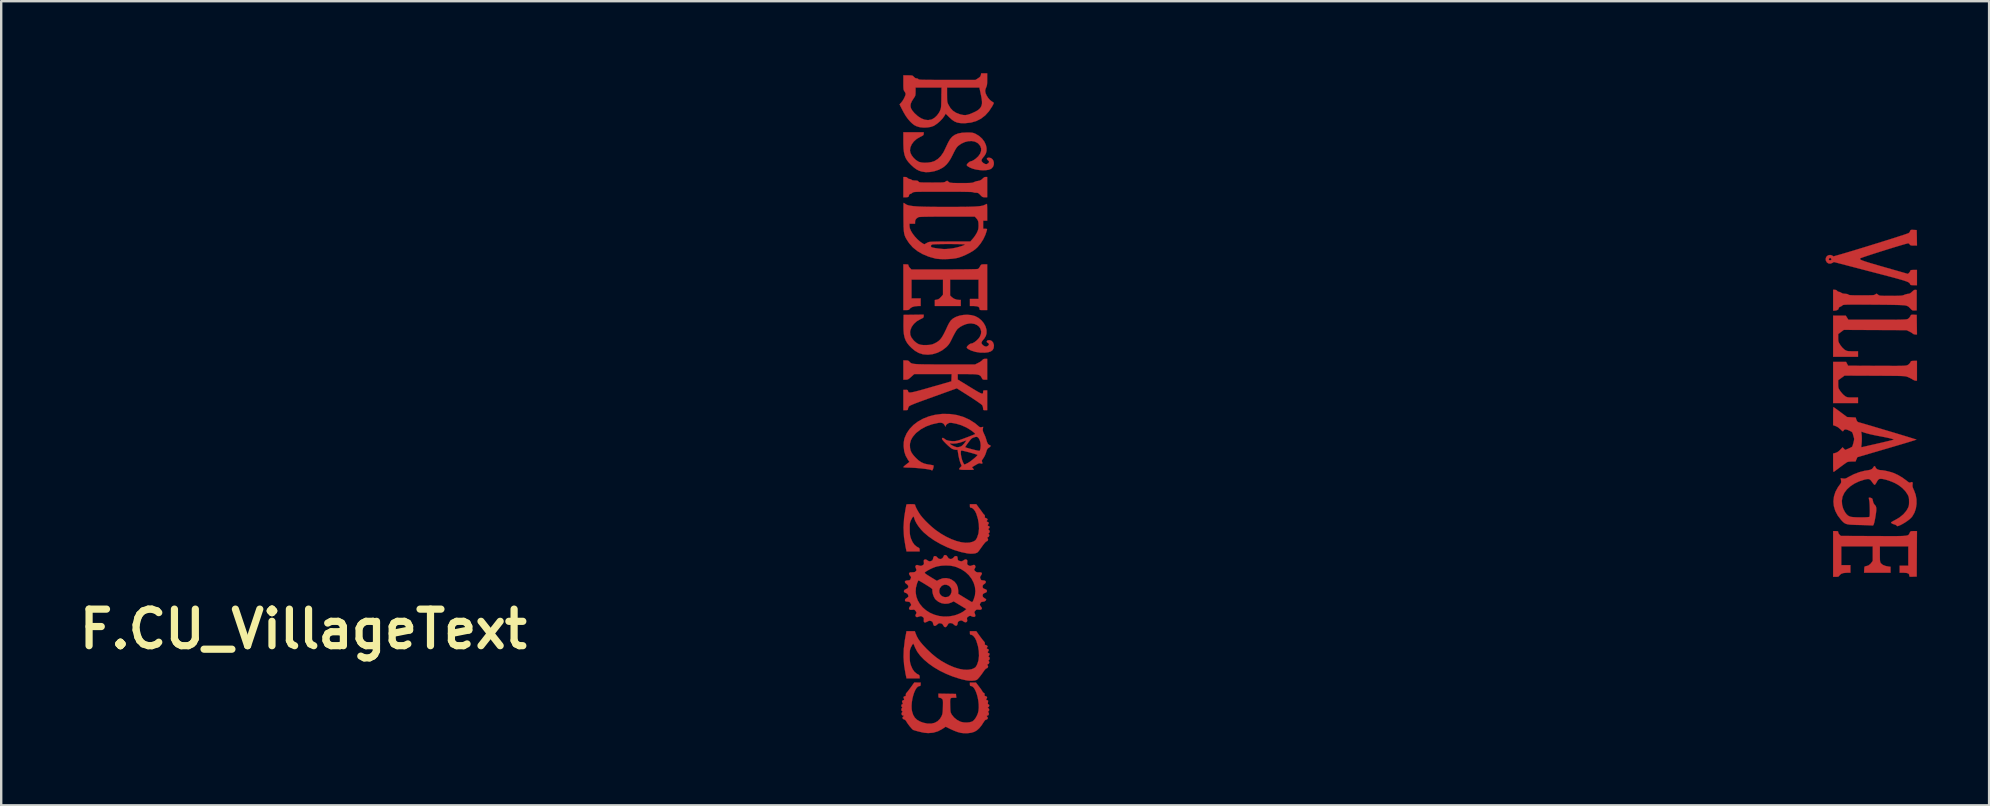
<source format=kicad_pcb>
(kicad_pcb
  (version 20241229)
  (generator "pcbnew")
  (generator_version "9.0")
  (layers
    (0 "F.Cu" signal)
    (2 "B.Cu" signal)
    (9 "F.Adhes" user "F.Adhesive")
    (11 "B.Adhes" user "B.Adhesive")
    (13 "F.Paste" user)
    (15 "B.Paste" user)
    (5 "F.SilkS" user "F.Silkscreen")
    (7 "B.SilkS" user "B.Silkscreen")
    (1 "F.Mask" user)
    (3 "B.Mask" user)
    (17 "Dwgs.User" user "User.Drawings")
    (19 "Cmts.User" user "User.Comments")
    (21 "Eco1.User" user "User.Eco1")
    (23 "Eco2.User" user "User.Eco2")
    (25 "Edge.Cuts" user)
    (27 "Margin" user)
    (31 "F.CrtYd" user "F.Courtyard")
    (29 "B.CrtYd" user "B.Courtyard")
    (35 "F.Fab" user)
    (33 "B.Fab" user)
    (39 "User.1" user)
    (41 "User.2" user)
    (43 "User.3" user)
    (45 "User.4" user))
  (footprint "F.CU_VillageText"
    (layer "F.Cu")
    (at 9.587 23.161)
    (property "Reference" "F.CU_VillageText" (at 0 0 0) (layer "F.SilkS") (effects (font (size 1.524 1.524) (thickness 0.3))))
    (attr through_hole)
    (fp_poly (pts (xy 67.096 -13.098) (xy 67.215 -13.092) (xy 67.22 -12.684) (xy 67.226 -12.277) (xy 67.154 -12.277) (xy 67.093 -12.287) (xy 67.053 -12.312) (xy 67.019 -12.34) (xy 66.96 -12.375) (xy 66.908 -12.402) (xy 66.791 -12.457) (xy 65.484 -12.462) (xy 64.177 -12.468) (xy 64.061 -12.381) (xy 63.944 -12.293) (xy 63.944 -12.133) (xy 63.946 -12.049) (xy 63.954 -11.989) (xy 63.973 -11.936) (xy 64.009 -11.874) (xy 64.034 -11.835) (xy 64.113 -11.732) (xy 64.195 -11.654) (xy 64.218 -11.638) (xy 64.263 -11.611) (xy 64.304 -11.594) (xy 64.352 -11.584) (xy 64.417 -11.579) (xy 64.511 -11.578) (xy 64.541 -11.578) (xy 64.77 -11.578) (xy 64.77 -11.345) (xy 63.733 -11.345) (xy 63.733 -13.06) (xy 64.261 -13.06) (xy 64.368 -12.89) (xy 65.58 -12.891) (xy 65.838 -12.891) (xy 66.056 -12.891) (xy 66.239 -12.891) (xy 66.39 -12.892) (xy 66.513 -12.894) (xy 66.61 -12.896) (xy 66.685 -12.899) (xy 66.742 -12.902) (xy 66.783 -12.907) (xy 66.813 -12.912) (xy 66.834 -12.919) (xy 66.851 -12.927) (xy 66.857 -12.93) (xy 66.91 -12.978) (xy 66.949 -13.036) (xy 66.95 -13.037) (xy 66.968 -13.075) (xy 66.99 -13.094) (xy 67.029 -13.1) (xy 67.096 -13.098)) (stroke (width 0.01) (type solid)) (fill yes) (layer "F.Cu"))
    (fp_poly (pts (xy 67.225 -10.351) (xy 67.173 -10.351) (xy 67.123 -10.362) (xy 67.062 -10.391) (xy 67.045 -10.402) (xy 66.981 -10.44) (xy 66.899 -10.481) (xy 66.848 -10.503) (xy 66.822 -10.513) (xy 66.797 -10.522) (xy 66.769 -10.529) (xy 66.735 -10.535) (xy 66.691 -10.54) (xy 66.633 -10.544) (xy 66.558 -10.547) (xy 66.463 -10.55) (xy 66.345 -10.552) (xy 66.199 -10.553) (xy 66.022 -10.555) (xy 65.811 -10.556) (xy 65.562 -10.557) (xy 65.468 -10.558) (xy 64.209 -10.563) (xy 64.077 -10.467) (xy 63.944 -10.371) (xy 63.944 -10.206) (xy 63.946 -10.121) (xy 63.953 -10.062) (xy 63.97 -10.013) (xy 64.004 -9.957) (xy 64.039 -9.907) (xy 64.099 -9.831) (xy 64.165 -9.761) (xy 64.224 -9.713) (xy 64.224 -9.712) (xy 64.268 -9.685) (xy 64.307 -9.668) (xy 64.353 -9.658) (xy 64.418 -9.653) (xy 64.511 -9.652) (xy 64.542 -9.652) (xy 64.77 -9.652) (xy 64.77 -9.419) (xy 63.733 -9.419) (xy 63.733 -11.134) (xy 64.273 -11.134) (xy 64.315 -11.054) (xy 64.357 -10.975) (xy 65.559 -10.969) (xy 65.815 -10.968) (xy 66.033 -10.968) (xy 66.215 -10.967) (xy 66.365 -10.967) (xy 66.486 -10.968) (xy 66.583 -10.97) (xy 66.658 -10.972) (xy 66.715 -10.976) (xy 66.757 -10.98) (xy 66.789 -10.986) (xy 66.812 -10.992) (xy 66.832 -11) (xy 66.842 -11.005) (xy 66.909 -11.055) (xy 66.95 -11.111) (xy 66.967 -11.148) (xy 66.991 -11.167) (xy 67.031 -11.175) (xy 67.101 -11.176) (xy 67.225 -11.176) (xy 67.225 -10.351)) (stroke (width 0.01) (type solid)) (fill yes) (layer "F.Cu"))
    (fp_poly (pts (xy 25.167 -15.196) (xy 25.199 -15.186) (xy 25.209 -15.165) (xy 25.209 -15.154) (xy 25.224 -15.111) (xy 25.259 -15.061) (xy 25.271 -15.048) (xy 25.333 -14.986) (xy 26.702 -14.986) (xy 27.019 -14.986) (xy 27.297 -14.987) (xy 27.534 -14.989) (xy 27.732 -14.992) (xy 27.889 -14.995) (xy 28.004 -14.998) (xy 28.078 -15.003) (xy 28.11 -15.008) (xy 28.111 -15.008) (xy 28.145 -15.04) (xy 28.183 -15.094) (xy 28.194 -15.114) (xy 28.22 -15.16) (xy 28.245 -15.185) (xy 28.282 -15.196) (xy 28.345 -15.198) (xy 28.364 -15.198) (xy 28.49 -15.198) (xy 28.49 -13.293) (xy 28.332 -13.293) (xy 28.251 -13.293) (xy 28.203 -13.297) (xy 28.181 -13.308) (xy 28.173 -13.327) (xy 28.173 -13.344) (xy 28.158 -13.399) (xy 28.112 -13.436) (xy 28.03 -13.456) (xy 27.925 -13.462) (xy 27.771 -13.462) (xy 27.771 -13.758) (xy 28.131 -13.758) (xy 28.131 -14.563) (xy 26.945 -14.563) (xy 26.945 -13.902) (xy 27.015 -13.832) (xy 27.111 -13.765) (xy 27.23 -13.725) (xy 27.321 -13.716) (xy 27.39 -13.716) (xy 27.39 -13.462) (xy 26.31 -13.462) (xy 26.31 -13.712) (xy 26.395 -13.727) (xy 26.458 -13.746) (xy 26.515 -13.787) (xy 26.564 -13.837) (xy 26.649 -13.934) (xy 26.649 -14.563) (xy 25.337 -14.563) (xy 25.337 -13.78) (xy 25.718 -13.78) (xy 25.718 -13.462) (xy 25.596 -13.461) (xy 25.468 -13.449) (xy 25.362 -13.417) (xy 25.285 -13.368) (xy 25.266 -13.346) (xy 25.237 -13.314) (xy 25.199 -13.298) (xy 25.138 -13.293) (xy 25.112 -13.293) (xy 24.998 -13.293) (xy 24.998 -15.198) (xy 25.104 -15.198) (xy 25.167 -15.196)) (stroke (width 0.01) (type solid)) (fill yes) (layer "F.Cu"))
    (fp_poly (pts (xy 63.902 -4.083) (xy 63.933 -4.074) (xy 63.944 -4.053) (xy 63.944 -4.036) (xy 63.959 -3.988) (xy 63.996 -3.939) (xy 63.999 -3.935) (xy 64.054 -3.884) (xy 65.42 -3.878) (xy 65.701 -3.877) (xy 65.944 -3.876) (xy 66.15 -3.875) (xy 66.323 -3.876) (xy 66.465 -3.877) (xy 66.581 -3.88) (xy 66.674 -3.884) (xy 66.745 -3.89) (xy 66.799 -3.899) (xy 66.838 -3.91) (xy 66.865 -3.923) (xy 66.885 -3.94) (xy 66.898 -3.96) (xy 66.91 -3.983) (xy 66.922 -4.01) (xy 66.923 -4.012) (xy 66.944 -4.052) (xy 66.967 -4.074) (xy 67.004 -4.083) (xy 67.068 -4.085) (xy 67.092 -4.085) (xy 67.226 -4.085) (xy 67.22 -3.138) (xy 67.215 -2.191) (xy 67.061 -2.185) (xy 66.982 -2.182) (xy 66.936 -2.184) (xy 66.915 -2.194) (xy 66.908 -2.213) (xy 66.908 -2.229) (xy 66.897 -2.284) (xy 66.86 -2.321) (xy 66.793 -2.342) (xy 66.69 -2.349) (xy 66.668 -2.349) (xy 66.506 -2.349) (xy 66.506 -2.646) (xy 66.865 -2.646) (xy 66.865 -3.45) (xy 65.68 -3.45) (xy 65.68 -3.125) (xy 65.681 -2.999) (xy 65.682 -2.909) (xy 65.687 -2.845) (xy 65.694 -2.802) (xy 65.705 -2.772) (xy 65.722 -2.747) (xy 65.724 -2.743) (xy 65.802 -2.678) (xy 65.915 -2.633) (xy 66.02 -2.612) (xy 66.125 -2.598) (xy 66.125 -2.349) (xy 65.022 -2.349) (xy 65.028 -2.482) (xy 65.033 -2.554) (xy 65.041 -2.595) (xy 65.058 -2.613) (xy 65.087 -2.62) (xy 65.088 -2.62) (xy 65.194 -2.649) (xy 65.279 -2.71) (xy 65.32 -2.758) (xy 65.384 -2.845) (xy 65.384 -3.45) (xy 64.072 -3.45) (xy 64.072 -2.667) (xy 64.453 -2.667) (xy 64.453 -2.349) (xy 64.299 -2.349) (xy 64.165 -2.338) (xy 64.066 -2.303) (xy 64 -2.244) (xy 63.987 -2.224) (xy 63.966 -2.198) (xy 63.928 -2.184) (xy 63.863 -2.18) (xy 63.849 -2.18) (xy 63.733 -2.18) (xy 63.733 -4.085) (xy 63.839 -4.085) (xy 63.902 -4.083)) (stroke (width 0.01) (type solid)) (fill yes) (layer "F.Cu"))
    (fp_poly (pts (xy 63.869 -14.124) (xy 63.897 -14.097) (xy 63.937 -14.063) (xy 63.971 -14.054) (xy 64.022 -14.041) (xy 64.072 -14.012) (xy 64.138 -13.981) (xy 64.233 -13.97) (xy 64.316 -13.963) (xy 64.364 -13.942) (xy 64.368 -13.938) (xy 64.382 -13.928) (xy 64.409 -13.92) (xy 64.454 -13.915) (xy 64.521 -13.911) (xy 64.616 -13.908) (xy 64.743 -13.907) (xy 64.907 -13.907) (xy 64.918 -13.906) (xy 65.082 -13.907) (xy 65.209 -13.908) (xy 65.304 -13.91) (xy 65.373 -13.913) (xy 65.421 -13.918) (xy 65.454 -13.926) (xy 65.476 -13.935) (xy 65.492 -13.947) (xy 65.527 -13.971) (xy 65.552 -13.973) (xy 65.587 -13.948) (xy 65.602 -13.936) (xy 65.623 -13.92) (xy 65.644 -13.907) (xy 65.672 -13.898) (xy 65.713 -13.892) (xy 65.772 -13.888) (xy 65.856 -13.886) (xy 65.969 -13.885) (xy 66.119 -13.885) (xy 66.135 -13.885) (xy 66.291 -13.886) (xy 66.411 -13.887) (xy 66.502 -13.89) (xy 66.568 -13.894) (xy 66.618 -13.901) (xy 66.657 -13.911) (xy 66.691 -13.924) (xy 66.699 -13.927) (xy 66.772 -13.953) (xy 66.843 -13.968) (xy 66.863 -13.97) (xy 66.917 -13.979) (xy 66.97 -14.011) (xy 67.02 -14.056) (xy 67.081 -14.11) (xy 67.13 -14.134) (xy 67.16 -14.135) (xy 67.215 -14.129) (xy 67.215 -13.282) (xy 67.124 -13.276) (xy 67.071 -13.275) (xy 67.032 -13.285) (xy 66.993 -13.315) (xy 66.944 -13.366) (xy 66.883 -13.427) (xy 66.827 -13.462) (xy 66.756 -13.484) (xy 66.739 -13.488) (xy 66.686 -13.494) (xy 66.592 -13.5) (xy 66.457 -13.505) (xy 66.28 -13.509) (xy 66.064 -13.513) (xy 65.807 -13.516) (xy 65.511 -13.518) (xy 65.389 -13.519) (xy 65.13 -13.521) (xy 64.91 -13.522) (xy 64.725 -13.522) (xy 64.573 -13.522) (xy 64.45 -13.522) (xy 64.353 -13.521) (xy 64.278 -13.518) (xy 64.222 -13.515) (xy 64.182 -13.511) (xy 64.154 -13.506) (xy 64.136 -13.5) (xy 64.124 -13.492) (xy 64.115 -13.484) (xy 64.063 -13.447) (xy 64.019 -13.428) (xy 63.976 -13.404) (xy 63.966 -13.368) (xy 63.946 -13.322) (xy 63.894 -13.289) (xy 63.818 -13.272) (xy 63.795 -13.271) (xy 63.733 -13.271) (xy 63.733 -14.139) (xy 63.802 -14.139) (xy 63.869 -14.124)) (stroke (width 0.01) (type solid)) (fill yes) (layer "F.Cu"))
    (fp_poly (pts (xy 25.138 -18.826) (xy 25.172 -18.796) (xy 25.216 -18.761) (xy 25.254 -18.754) (xy 25.307 -18.742) (xy 25.337 -18.722) (xy 25.379 -18.7) (xy 25.461 -18.69) (xy 25.482 -18.69) (xy 25.556 -18.687) (xy 25.599 -18.675) (xy 25.625 -18.652) (xy 25.628 -18.648) (xy 25.638 -18.635) (xy 25.653 -18.625) (xy 25.678 -18.617) (xy 25.719 -18.612) (xy 25.78 -18.609) (xy 25.867 -18.607) (xy 25.984 -18.606) (xy 26.138 -18.606) (xy 26.18 -18.605) (xy 26.344 -18.606) (xy 26.47 -18.606) (xy 26.565 -18.608) (xy 26.633 -18.611) (xy 26.682 -18.616) (xy 26.715 -18.624) (xy 26.739 -18.634) (xy 26.759 -18.647) (xy 26.764 -18.651) (xy 26.808 -18.677) (xy 26.835 -18.678) (xy 26.836 -18.676) (xy 26.863 -18.65) (xy 26.902 -18.62) (xy 26.925 -18.608) (xy 26.956 -18.599) (xy 27.003 -18.593) (xy 27.069 -18.588) (xy 27.162 -18.586) (xy 27.287 -18.585) (xy 27.411 -18.584) (xy 27.564 -18.585) (xy 27.681 -18.586) (xy 27.768 -18.589) (xy 27.831 -18.593) (xy 27.878 -18.6) (xy 27.913 -18.61) (xy 27.944 -18.624) (xy 27.951 -18.627) (xy 28.017 -18.654) (xy 28.08 -18.668) (xy 28.094 -18.669) (xy 28.184 -18.688) (xy 28.27 -18.738) (xy 28.317 -18.785) (xy 28.374 -18.83) (xy 28.425 -18.838) (xy 28.49 -18.838) (xy 28.49 -17.992) (xy 28.392 -17.992) (xy 28.334 -17.995) (xy 28.291 -18.009) (xy 28.248 -18.043) (xy 28.206 -18.087) (xy 28.152 -18.141) (xy 28.111 -18.169) (xy 28.065 -18.181) (xy 28.019 -18.182) (xy 27.958 -18.186) (xy 27.917 -18.197) (xy 27.908 -18.203) (xy 27.884 -18.208) (xy 27.818 -18.213) (xy 27.712 -18.216) (xy 27.566 -18.219) (xy 27.381 -18.222) (xy 27.158 -18.223) (xy 26.898 -18.224) (xy 26.658 -18.224) (xy 26.398 -18.224) (xy 26.177 -18.224) (xy 25.991 -18.224) (xy 25.838 -18.223) (xy 25.714 -18.221) (xy 25.616 -18.22) (xy 25.541 -18.217) (xy 25.485 -18.214) (xy 25.445 -18.209) (xy 25.417 -18.204) (xy 25.399 -18.198) (xy 25.387 -18.19) (xy 25.382 -18.185) (xy 25.33 -18.149) (xy 25.287 -18.132) (xy 25.243 -18.109) (xy 25.231 -18.068) (xy 25.221 -18.026) (xy 25.186 -18.002) (xy 25.119 -17.992) (xy 25.081 -17.992) (xy 24.998 -17.992) (xy 24.998 -18.838) (xy 25.072 -18.838) (xy 25.138 -18.826)) (stroke (width 0.01) (type solid)) (fill yes) (layer "F.Cu"))
    (fp_poly (pts (xy 28.49 -10.393) (xy 28.395 -10.393) (xy 28.336 -10.395) (xy 28.301 -10.41) (xy 28.274 -10.447) (xy 28.255 -10.484) (xy 28.23 -10.528) (xy 28.198 -10.562) (xy 28.154 -10.587) (xy 28.093 -10.605) (xy 28.01 -10.616) (xy 27.898 -10.623) (xy 27.753 -10.625) (xy 27.643 -10.626) (xy 27.263 -10.626) (xy 27.263 -10.399) (xy 27.765 -10.092) (xy 27.921 -9.997) (xy 28.045 -9.923) (xy 28.14 -9.869) (xy 28.211 -9.834) (xy 28.26 -9.815) (xy 28.292 -9.812) (xy 28.31 -9.823) (xy 28.319 -9.848) (xy 28.321 -9.884) (xy 28.321 -9.887) (xy 28.325 -9.927) (xy 28.343 -9.944) (xy 28.39 -9.948) (xy 28.406 -9.948) (xy 28.49 -9.948) (xy 28.49 -9.123) (xy 28.406 -9.123) (xy 28.351 -9.125) (xy 28.327 -9.139) (xy 28.321 -9.176) (xy 28.321 -9.199) (xy 28.309 -9.269) (xy 28.281 -9.332) (xy 28.28 -9.333) (xy 28.252 -9.359) (xy 28.192 -9.404) (xy 28.107 -9.464) (xy 28.001 -9.537) (xy 27.88 -9.617) (xy 27.747 -9.703) (xy 27.732 -9.712) (xy 27.225 -10.034) (xy 26.24 -9.679) (xy 26.013 -9.597) (xy 25.823 -9.528) (xy 25.666 -9.47) (xy 25.539 -9.423) (xy 25.439 -9.384) (xy 25.363 -9.352) (xy 25.307 -9.327) (xy 25.267 -9.307) (xy 25.242 -9.29) (xy 25.226 -9.275) (xy 25.222 -9.268) (xy 25.197 -9.213) (xy 25.188 -9.167) (xy 25.183 -9.14) (xy 25.158 -9.127) (xy 25.105 -9.123) (xy 25.093 -9.123) (xy 24.998 -9.123) (xy 24.998 -9.97) (xy 25.092 -9.97) (xy 25.151 -9.967) (xy 25.18 -9.954) (xy 25.192 -9.926) (xy 25.192 -9.922) (xy 25.198 -9.897) (xy 25.208 -9.877) (xy 25.228 -9.864) (xy 25.259 -9.858) (xy 25.306 -9.86) (xy 25.373 -9.871) (xy 25.461 -9.89) (xy 25.576 -9.919) (xy 25.721 -9.958) (xy 25.898 -10.008) (xy 26.112 -10.069) (xy 26.152 -10.081) (xy 26.998 -10.324) (xy 27.004 -10.475) (xy 27.011 -10.626) (xy 25.45 -10.626) (xy 25.321 -10.509) (xy 25.254 -10.451) (xy 25.205 -10.416) (xy 25.163 -10.399) (xy 25.116 -10.393) (xy 25.095 -10.393) (xy 24.998 -10.393) (xy 24.998 -11.197) (xy 25.102 -11.197) (xy 25.171 -11.193) (xy 25.216 -11.176) (xy 25.254 -11.139) (xy 25.256 -11.137) (xy 25.276 -11.116) (xy 25.297 -11.097) (xy 25.324 -11.081) (xy 25.36 -11.068) (xy 25.407 -11.057) (xy 25.469 -11.048) (xy 25.549 -11.042) (xy 25.651 -11.036) (xy 25.777 -11.033) (xy 25.931 -11.03) (xy 26.116 -11.029) (xy 26.335 -11.028) (xy 26.591 -11.028) (xy 26.746 -11.028) (xy 27.988 -11.028) (xy 28.122 -11.094) (xy 28.195 -11.134) (xy 28.255 -11.177) (xy 28.289 -11.21) (xy 28.324 -11.246) (xy 28.377 -11.26) (xy 28.406 -11.261) (xy 28.49 -11.261) (xy 28.49 -10.393)) (stroke (width 0.01) (type solid)) (fill yes) (layer "F.Cu"))
    (fp_poly (pts (xy 67.079 -16.633) (xy 67.085 -16.633) (xy 67.215 -16.626) (xy 67.221 -16.304) (xy 67.226 -15.981) (xy 67.089 -15.981) (xy 67.011 -15.983) (xy 66.965 -15.991) (xy 66.939 -16.008) (xy 66.93 -16.022) (xy 66.894 -16.061) (xy 66.867 -16.075) (xy 66.841 -16.071) (xy 66.779 -16.056) (xy 66.686 -16.03) (xy 66.568 -15.996) (xy 66.428 -15.954) (xy 66.272 -15.907) (xy 66.105 -15.856) (xy 65.932 -15.802) (xy 65.756 -15.747) (xy 65.584 -15.692) (xy 65.419 -15.64) (xy 65.267 -15.59) (xy 65.133 -15.546) (xy 65.02 -15.508) (xy 64.935 -15.478) (xy 64.882 -15.457) (xy 64.866 -15.449) (xy 64.854 -15.434) (xy 64.854 -15.419) (xy 64.867 -15.402) (xy 64.898 -15.383) (xy 64.948 -15.361) (xy 65.021 -15.334) (xy 65.12 -15.301) (xy 65.247 -15.261) (xy 65.406 -15.214) (xy 65.599 -15.158) (xy 65.83 -15.091) (xy 65.869 -15.08) (xy 66.85 -14.8) (xy 66.9 -14.85) (xy 66.935 -14.893) (xy 66.95 -14.931) (xy 66.95 -14.932) (xy 66.959 -14.95) (xy 66.989 -14.96) (xy 67.051 -14.965) (xy 67.088 -14.965) (xy 67.225 -14.965) (xy 67.225 -14.33) (xy 67.089 -14.33) (xy 67.013 -14.332) (xy 66.969 -14.339) (xy 66.947 -14.355) (xy 66.941 -14.369) (xy 66.933 -14.389) (xy 66.923 -14.408) (xy 66.907 -14.425) (xy 66.883 -14.443) (xy 66.848 -14.462) (xy 66.799 -14.483) (xy 66.734 -14.506) (xy 66.649 -14.534) (xy 66.543 -14.565) (xy 66.411 -14.602) (xy 66.253 -14.646) (xy 66.064 -14.696) (xy 65.842 -14.754) (xy 65.585 -14.822) (xy 65.299 -14.896) (xy 63.765 -15.296) (xy 63.696 -15.255) (xy 63.613 -15.227) (xy 63.535 -15.237) (xy 63.472 -15.281) (xy 63.431 -15.355) (xy 63.426 -15.379) (xy 63.427 -15.407) (xy 63.55 -15.407) (xy 63.566 -15.377) (xy 63.606 -15.367) (xy 63.647 -15.378) (xy 63.66 -15.39) (xy 63.658 -15.421) (xy 63.64 -15.448) (xy 63.611 -15.471) (xy 63.586 -15.461) (xy 63.572 -15.448) (xy 63.55 -15.407) (xy 63.427 -15.407) (xy 63.429 -15.462) (xy 63.465 -15.529) (xy 63.526 -15.574) (xy 63.603 -15.589) (xy 63.658 -15.579) (xy 63.708 -15.557) (xy 63.736 -15.535) (xy 63.738 -15.532) (xy 63.759 -15.534) (xy 63.816 -15.549) (xy 63.906 -15.574) (xy 64.025 -15.608) (xy 64.17 -15.65) (xy 64.336 -15.699) (xy 64.521 -15.755) (xy 64.719 -15.815) (xy 64.927 -15.878) (xy 65.143 -15.944) (xy 65.361 -16.012) (xy 65.578 -16.079) (xy 65.791 -16.145) (xy 65.995 -16.209) (xy 66.187 -16.27) (xy 66.364 -16.326) (xy 66.52 -16.377) (xy 66.654 -16.42) (xy 66.76 -16.456) (xy 66.836 -16.483) (xy 66.876 -16.499) (xy 66.881 -16.501) (xy 66.923 -16.545) (xy 66.942 -16.585) (xy 66.952 -16.615) (xy 66.971 -16.63) (xy 67.01 -16.635) (xy 67.079 -16.633)) (stroke (width 0.01) (type solid)) (fill yes) (layer "F.Cu"))
    (fp_poly (pts (xy 25.845 -20.638) (xy 25.841 -20.605) (xy 25.826 -20.579) (xy 25.79 -20.553) (xy 25.727 -20.521) (xy 25.691 -20.504) (xy 25.551 -20.422) (xy 25.434 -20.317) (xy 25.345 -20.197) (xy 25.29 -20.067) (xy 25.273 -19.945) (xy 25.292 -19.847) (xy 25.342 -19.743) (xy 25.418 -19.642) (xy 25.511 -19.552) (xy 25.614 -19.484) (xy 25.66 -19.463) (xy 25.764 -19.439) (xy 25.891 -19.43) (xy 26.029 -19.437) (xy 26.163 -19.458) (xy 26.278 -19.493) (xy 26.296 -19.501) (xy 26.435 -19.587) (xy 26.56 -19.709) (xy 26.666 -19.862) (xy 26.703 -19.934) (xy 26.752 -20.036) (xy 26.807 -20.153) (xy 26.858 -20.261) (xy 26.863 -20.271) (xy 26.942 -20.409) (xy 27.034 -20.516) (xy 27.145 -20.595) (xy 27.279 -20.649) (xy 27.442 -20.68) (xy 27.638 -20.69) (xy 27.654 -20.69) (xy 27.762 -20.689) (xy 27.84 -20.685) (xy 27.899 -20.675) (xy 27.953 -20.658) (xy 28.008 -20.634) (xy 28.153 -20.547) (xy 28.277 -20.435) (xy 28.374 -20.306) (xy 28.438 -20.166) (xy 28.463 -20.046) (xy 28.463 -19.923) (xy 28.435 -19.817) (xy 28.375 -19.716) (xy 28.331 -19.663) (xy 28.274 -19.591) (xy 28.252 -19.534) (xy 28.265 -19.485) (xy 28.312 -19.435) (xy 28.331 -19.419) (xy 28.408 -19.376) (xy 28.474 -19.373) (xy 28.533 -19.41) (xy 28.567 -19.453) (xy 28.568 -19.486) (xy 28.533 -19.525) (xy 28.52 -19.535) (xy 28.48 -19.58) (xy 28.48 -19.616) (xy 28.519 -19.638) (xy 28.563 -19.643) (xy 28.646 -19.625) (xy 28.709 -19.578) (xy 28.751 -19.509) (xy 28.769 -19.428) (xy 28.764 -19.343) (xy 28.732 -19.262) (xy 28.672 -19.194) (xy 28.646 -19.175) (xy 28.56 -19.141) (xy 28.444 -19.122) (xy 28.309 -19.117) (xy 28.165 -19.127) (xy 28.02 -19.149) (xy 27.886 -19.184) (xy 27.772 -19.231) (xy 27.765 -19.235) (xy 27.688 -19.279) (xy 27.647 -19.313) (xy 27.638 -19.345) (xy 27.659 -19.381) (xy 27.694 -19.419) (xy 27.756 -19.47) (xy 27.812 -19.494) (xy 27.822 -19.494) (xy 27.865 -19.507) (xy 27.929 -19.542) (xy 28.002 -19.592) (xy 28.007 -19.595) (xy 28.12 -19.699) (xy 28.197 -19.809) (xy 28.236 -19.92) (xy 28.238 -20.028) (xy 28.202 -20.131) (xy 28.126 -20.223) (xy 28.086 -20.256) (xy 27.974 -20.312) (xy 27.843 -20.336) (xy 27.701 -20.329) (xy 27.555 -20.292) (xy 27.413 -20.227) (xy 27.287 -20.138) (xy 27.243 -20.095) (xy 27.2 -20.038) (xy 27.154 -19.96) (xy 27.098 -19.854) (xy 27.064 -19.783) (xy 26.976 -19.612) (xy 26.89 -19.475) (xy 26.803 -19.366) (xy 26.709 -19.278) (xy 26.628 -19.22) (xy 26.47 -19.138) (xy 26.293 -19.079) (xy 26.109 -19.045) (xy 25.93 -19.039) (xy 25.771 -19.062) (xy 25.652 -19.1) (xy 25.543 -19.156) (xy 25.434 -19.236) (xy 25.314 -19.345) (xy 25.304 -19.356) (xy 25.214 -19.452) (xy 25.143 -19.546) (xy 25.088 -19.644) (xy 25.049 -19.752) (xy 25.022 -19.877) (xy 25.006 -20.027) (xy 24.999 -20.207) (xy 24.998 -20.345) (xy 24.998 -20.701) (xy 25.845 -20.701) (xy 25.845 -20.638)) (stroke (width 0.01) (type solid)) (fill yes) (layer "F.Cu"))
    (fp_poly (pts (xy 25.845 -13.039) (xy 25.841 -13.004) (xy 25.824 -12.977) (xy 25.786 -12.951) (xy 25.718 -12.918) (xy 25.709 -12.914) (xy 25.557 -12.827) (xy 25.435 -12.718) (xy 25.344 -12.592) (xy 25.29 -12.453) (xy 25.278 -12.38) (xy 25.286 -12.264) (xy 25.334 -12.149) (xy 25.422 -12.035) (xy 25.474 -11.984) (xy 25.558 -11.916) (xy 25.641 -11.871) (xy 25.735 -11.844) (xy 25.849 -11.834) (xy 25.978 -11.836) (xy 26.082 -11.842) (xy 26.16 -11.854) (xy 26.227 -11.873) (xy 26.3 -11.905) (xy 26.316 -11.913) (xy 26.395 -11.956) (xy 26.463 -12.003) (xy 26.524 -12.059) (xy 26.582 -12.13) (xy 26.64 -12.221) (xy 26.703 -12.338) (xy 26.774 -12.484) (xy 26.837 -12.623) (xy 26.88 -12.709) (xy 26.929 -12.793) (xy 26.97 -12.853) (xy 27.063 -12.939) (xy 27.187 -13.008) (xy 27.333 -13.059) (xy 27.494 -13.089) (xy 27.66 -13.098) (xy 27.824 -13.083) (xy 27.977 -13.044) (xy 27.988 -13.04) (xy 28.125 -12.968) (xy 28.248 -12.867) (xy 28.349 -12.745) (xy 28.422 -12.61) (xy 28.461 -12.47) (xy 28.463 -12.448) (xy 28.463 -12.324) (xy 28.435 -12.219) (xy 28.375 -12.117) (xy 28.331 -12.064) (xy 28.275 -11.993) (xy 28.252 -11.936) (xy 28.264 -11.887) (xy 28.309 -11.835) (xy 28.325 -11.821) (xy 28.4 -11.778) (xy 28.471 -11.774) (xy 28.534 -11.812) (xy 28.534 -11.812) (xy 28.567 -11.86) (xy 28.558 -11.898) (xy 28.515 -11.927) (xy 28.476 -11.96) (xy 28.474 -11.999) (xy 28.507 -12.03) (xy 28.525 -12.036) (xy 28.609 -12.038) (xy 28.682 -12.004) (xy 28.737 -11.94) (xy 28.767 -11.852) (xy 28.771 -11.808) (xy 28.758 -11.706) (xy 28.715 -11.627) (xy 28.639 -11.571) (xy 28.529 -11.535) (xy 28.393 -11.519) (xy 28.19 -11.522) (xy 27.997 -11.552) (xy 27.827 -11.606) (xy 27.799 -11.619) (xy 27.71 -11.664) (xy 27.658 -11.7) (xy 27.639 -11.733) (xy 27.65 -11.77) (xy 27.689 -11.815) (xy 27.694 -11.821) (xy 27.747 -11.865) (xy 27.795 -11.892) (xy 27.814 -11.896) (xy 27.882 -11.912) (xy 27.963 -11.957) (xy 28.047 -12.022) (xy 28.124 -12.099) (xy 28.185 -12.182) (xy 28.185 -12.183) (xy 28.232 -12.297) (xy 28.24 -12.407) (xy 28.213 -12.509) (xy 28.156 -12.598) (xy 28.07 -12.668) (xy 27.961 -12.716) (xy 27.832 -12.737) (xy 27.741 -12.735) (xy 27.615 -12.709) (xy 27.485 -12.659) (xy 27.364 -12.593) (xy 27.267 -12.517) (xy 27.234 -12.482) (xy 27.198 -12.429) (xy 27.15 -12.348) (xy 27.096 -12.249) (xy 27.042 -12.143) (xy 27.035 -12.127) (xy 26.979 -12.014) (xy 26.933 -11.929) (xy 26.89 -11.864) (xy 26.845 -11.809) (xy 26.79 -11.753) (xy 26.773 -11.738) (xy 26.608 -11.612) (xy 26.423 -11.518) (xy 26.225 -11.458) (xy 26.022 -11.434) (xy 25.822 -11.45) (xy 25.806 -11.453) (xy 25.642 -11.505) (xy 25.481 -11.598) (xy 25.345 -11.711) (xy 25.24 -11.817) (xy 25.158 -11.92) (xy 25.096 -12.027) (xy 25.051 -12.144) (xy 25.022 -12.279) (xy 25.007 -12.438) (xy 25.002 -12.628) (xy 25.003 -12.738) (xy 25.008 -13.092) (xy 25.845 -13.103) (xy 25.845 -13.039)) (stroke (width 0.01) (type solid)) (fill yes) (layer "F.Cu"))
    (fp_poly (pts (xy 25.511 0.185) (xy 25.559 0.3) (xy 25.62 0.411) (xy 25.701 0.526) (xy 25.805 0.651) (xy 25.937 0.791) (xy 25.982 0.837) (xy 26.181 1.025) (xy 26.373 1.183) (xy 26.569 1.319) (xy 26.782 1.44) (xy 26.905 1.502) (xy 27.121 1.593) (xy 27.328 1.656) (xy 27.519 1.69) (xy 27.691 1.694) (xy 27.841 1.669) (xy 27.909 1.643) (xy 27.969 1.612) (xy 28.01 1.578) (xy 28.043 1.528) (xy 28.077 1.459) (xy 28.128 1.299) (xy 28.149 1.115) (xy 28.142 0.915) (xy 28.106 0.705) (xy 28.042 0.493) (xy 28.041 0.49) (xy 27.996 0.393) (xy 27.941 0.313) (xy 27.882 0.257) (xy 27.827 0.233) (xy 27.821 0.233) (xy 27.787 0.227) (xy 27.773 0.201) (xy 27.771 0.159) (xy 27.771 0.085) (xy 28.035 0.086) (xy 28.173 0.278) (xy 28.234 0.36) (xy 28.29 0.434) (xy 28.335 0.489) (xy 28.358 0.513) (xy 28.392 0.563) (xy 28.392 0.607) (xy 28.391 0.646) (xy 28.41 0.656) (xy 28.45 0.668) (xy 28.481 0.686) (xy 28.508 0.714) (xy 28.5 0.739) (xy 28.496 0.744) (xy 28.471 0.785) (xy 28.48 0.816) (xy 28.512 0.826) (xy 28.544 0.842) (xy 28.555 0.878) (xy 28.542 0.913) (xy 28.533 0.921) (xy 28.513 0.95) (xy 28.518 0.981) (xy 28.544 0.995) (xy 28.579 1.01) (xy 28.589 1.048) (xy 28.571 1.093) (xy 28.564 1.101) (xy 28.54 1.132) (xy 28.545 1.148) (xy 28.562 1.155) (xy 28.589 1.185) (xy 28.594 1.231) (xy 28.576 1.276) (xy 28.559 1.291) (xy 28.537 1.313) (xy 28.549 1.326) (xy 28.572 1.355) (xy 28.574 1.399) (xy 28.556 1.439) (xy 28.533 1.454) (xy 28.495 1.473) (xy 28.499 1.5) (xy 28.514 1.518) (xy 28.528 1.556) (xy 28.515 1.599) (xy 28.484 1.627) (xy 28.469 1.63) (xy 28.434 1.648) (xy 28.388 1.696) (xy 28.363 1.73) (xy 28.274 1.858) (xy 28.194 1.965) (xy 28.124 2.048) (xy 28.07 2.101) (xy 28.046 2.117) (xy 27.968 2.139) (xy 27.862 2.149) (xy 27.742 2.147) (xy 27.654 2.137) (xy 27.573 2.121) (xy 27.471 2.098) (xy 27.365 2.071) (xy 27.337 2.063) (xy 27.049 1.97) (xy 26.774 1.858) (xy 26.513 1.73) (xy 26.272 1.588) (xy 26.054 1.434) (xy 25.863 1.273) (xy 25.701 1.106) (xy 25.574 0.935) (xy 25.485 0.765) (xy 25.473 0.733) (xy 25.446 0.667) (xy 25.423 0.62) (xy 25.408 0.603) (xy 25.39 0.621) (xy 25.36 0.667) (xy 25.326 0.73) (xy 25.299 0.787) (xy 25.281 0.836) (xy 25.27 0.888) (xy 25.264 0.954) (xy 25.263 1.044) (xy 25.262 1.111) (xy 25.264 1.232) (xy 25.269 1.323) (xy 25.28 1.398) (xy 25.299 1.468) (xy 25.312 1.509) (xy 25.378 1.66) (xy 25.46 1.777) (xy 25.556 1.857) (xy 25.585 1.873) (xy 25.641 1.903) (xy 25.668 1.932) (xy 25.675 1.973) (xy 25.675 1.984) (xy 25.675 2.053) (xy 25.131 2.053) (xy 25.085 1.84) (xy 25.029 1.5) (xy 25.006 1.161) (xy 25.017 0.815) (xy 25.061 0.454) (xy 25.084 0.323) (xy 25.13 0.085) (xy 25.475 0.085) (xy 25.511 0.185)) (stroke (width 0.01) (type solid)) (fill yes) (layer "F.Cu"))
    (fp_poly (pts (xy 63.767 -9.238) (xy 63.816 -9.204) (xy 63.886 -9.154) (xy 63.972 -9.091) (xy 64.036 -9.043) (xy 64.312 -8.837) (xy 64.492 -8.826) (xy 64.671 -8.816) (xy 64.701 -8.727) (xy 64.728 -8.665) (xy 64.763 -8.632) (xy 64.798 -8.618) (xy 64.885 -8.594) (xy 65 -8.561) (xy 65.139 -8.52) (xy 65.298 -8.474) (xy 65.471 -8.422) (xy 65.656 -8.367) (xy 65.847 -8.31) (xy 66.042 -8.252) (xy 66.234 -8.195) (xy 66.42 -8.139) (xy 66.597 -8.085) (xy 66.759 -8.036) (xy 66.902 -7.992) (xy 67.022 -7.955) (xy 67.115 -7.926) (xy 67.177 -7.907) (xy 67.203 -7.897) (xy 67.204 -7.897) (xy 67.184 -7.889) (xy 67.127 -7.87) (xy 67.037 -7.842) (xy 66.916 -7.805) (xy 66.769 -7.76) (xy 66.598 -7.709) (xy 66.408 -7.653) (xy 66.202 -7.592) (xy 65.982 -7.527) (xy 65.974 -7.525) (xy 64.743 -7.165) (xy 64.704 -7.075) (xy 64.666 -6.985) (xy 64.515 -6.985) (xy 64.433 -6.982) (xy 64.362 -6.973) (xy 64.319 -6.96) (xy 64.286 -6.939) (xy 64.226 -6.897) (xy 64.148 -6.841) (xy 64.059 -6.775) (xy 64.029 -6.753) (xy 63.94 -6.686) (xy 63.862 -6.628) (xy 63.801 -6.583) (xy 63.765 -6.558) (xy 63.759 -6.554) (xy 63.75 -6.557) (xy 63.742 -6.581) (xy 63.738 -6.632) (xy 63.735 -6.714) (xy 63.733 -6.83) (xy 63.733 -6.926) (xy 63.733 -7.315) (xy 63.83 -7.341) (xy 63.91 -7.374) (xy 63.989 -7.434) (xy 64.027 -7.471) (xy 64.127 -7.576) (xy 64.237 -7.466) (xy 64.378 -7.525) (xy 64.448 -7.557) (xy 64.502 -7.584) (xy 64.528 -7.602) (xy 64.529 -7.603) (xy 64.534 -7.615) (xy 64.905 -7.615) (xy 64.907 -7.586) (xy 64.923 -7.58) (xy 64.945 -7.584) (xy 64.977 -7.592) (xy 65.045 -7.607) (xy 65.143 -7.63) (xy 65.265 -7.658) (xy 65.407 -7.69) (xy 65.562 -7.725) (xy 65.617 -7.738) (xy 65.774 -7.774) (xy 65.917 -7.808) (xy 66.042 -7.838) (xy 66.144 -7.863) (xy 66.216 -7.882) (xy 66.254 -7.894) (xy 66.259 -7.896) (xy 66.248 -7.908) (xy 66.199 -7.925) (xy 66.115 -7.948) (xy 65.998 -7.975) (xy 65.854 -8.005) (xy 65.684 -8.038) (xy 65.599 -8.053) (xy 65.448 -8.083) (xy 65.298 -8.116) (xy 65.158 -8.151) (xy 65.04 -8.185) (xy 64.951 -8.216) (xy 64.935 -8.222) (xy 64.913 -8.227) (xy 64.907 -8.209) (xy 64.913 -8.159) (xy 64.914 -8.156) (xy 64.924 -8.067) (xy 64.928 -7.952) (xy 64.926 -7.83) (xy 64.918 -7.718) (xy 64.913 -7.676) (xy 64.905 -7.615) (xy 64.534 -7.615) (xy 64.54 -7.631) (xy 64.558 -7.688) (xy 64.579 -7.762) (xy 64.58 -7.767) (xy 64.603 -7.862) (xy 64.609 -7.93) (xy 64.601 -7.973) (xy 64.583 -8.032) (xy 64.563 -8.106) (xy 64.558 -8.124) (xy 64.543 -8.173) (xy 64.521 -8.207) (xy 64.484 -8.235) (xy 64.419 -8.267) (xy 64.397 -8.277) (xy 64.306 -8.313) (xy 64.242 -8.323) (xy 64.197 -8.308) (xy 64.162 -8.266) (xy 64.159 -8.26) (xy 64.144 -8.244) (xy 64.124 -8.247) (xy 64.09 -8.275) (xy 64.043 -8.322) (xy 63.934 -8.413) (xy 63.84 -8.46) (xy 63.733 -8.498) (xy 63.733 -8.874) (xy 63.734 -8.995) (xy 63.736 -9.099) (xy 63.739 -9.181) (xy 63.743 -9.234) (xy 63.746 -9.25) (xy 63.767 -9.238)) (stroke (width 0.01) (type solid)) (fill yes) (layer "F.Cu"))
    (fp_poly (pts (xy 27.903 -5.206) (xy 28.035 -5.206) (xy 28.162 -5.035) (xy 28.219 -4.959) (xy 28.267 -4.893) (xy 28.3 -4.845) (xy 28.31 -4.83) (xy 28.345 -4.787) (xy 28.369 -4.767) (xy 28.396 -4.725) (xy 28.393 -4.687) (xy 28.39 -4.646) (xy 28.41 -4.636) (xy 28.45 -4.624) (xy 28.481 -4.605) (xy 28.508 -4.577) (xy 28.5 -4.552) (xy 28.496 -4.548) (xy 28.471 -4.507) (xy 28.48 -4.476) (xy 28.512 -4.466) (xy 28.544 -4.45) (xy 28.555 -4.414) (xy 28.542 -4.379) (xy 28.533 -4.371) (xy 28.513 -4.342) (xy 28.518 -4.31) (xy 28.544 -4.297) (xy 28.58 -4.281) (xy 28.591 -4.246) (xy 28.574 -4.207) (xy 28.563 -4.197) (xy 28.535 -4.173) (xy 28.541 -4.154) (xy 28.559 -4.14) (xy 28.59 -4.098) (xy 28.596 -4.068) (xy 28.58 -4.021) (xy 28.559 -4) (xy 28.537 -3.979) (xy 28.549 -3.966) (xy 28.572 -3.937) (xy 28.574 -3.893) (xy 28.556 -3.853) (xy 28.533 -3.837) (xy 28.495 -3.819) (xy 28.499 -3.792) (xy 28.514 -3.774) (xy 28.527 -3.736) (xy 28.515 -3.693) (xy 28.485 -3.665) (xy 28.47 -3.662) (xy 28.438 -3.644) (xy 28.388 -3.592) (xy 28.322 -3.509) (xy 28.291 -3.466) (xy 28.22 -3.367) (xy 28.169 -3.296) (xy 28.133 -3.248) (xy 28.107 -3.218) (xy 28.088 -3.2) (xy 28.07 -3.188) (xy 28.055 -3.18) (xy 27.985 -3.157) (xy 27.888 -3.146) (xy 27.777 -3.145) (xy 27.675 -3.155) (xy 27.398 -3.213) (xy 27.111 -3.3) (xy 26.824 -3.413) (xy 26.544 -3.548) (xy 26.281 -3.7) (xy 26.043 -3.866) (xy 25.849 -4.03) (xy 25.738 -4.146) (xy 25.637 -4.271) (xy 25.553 -4.397) (xy 25.49 -4.514) (xy 25.461 -4.596) (xy 25.442 -4.654) (xy 25.422 -4.688) (xy 25.412 -4.693) (xy 25.391 -4.672) (xy 25.36 -4.624) (xy 25.326 -4.561) (xy 25.299 -4.504) (xy 25.281 -4.456) (xy 25.27 -4.404) (xy 25.264 -4.339) (xy 25.263 -4.248) (xy 25.262 -4.18) (xy 25.264 -4.06) (xy 25.269 -3.968) (xy 25.28 -3.894) (xy 25.299 -3.823) (xy 25.312 -3.782) (xy 25.378 -3.631) (xy 25.46 -3.514) (xy 25.556 -3.435) (xy 25.585 -3.419) (xy 25.641 -3.389) (xy 25.668 -3.36) (xy 25.675 -3.318) (xy 25.675 -3.308) (xy 25.675 -3.239) (xy 25.131 -3.239) (xy 25.086 -3.45) (xy 25.025 -3.835) (xy 25.006 -4.225) (xy 25.028 -4.619) (xy 25.083 -4.968) (xy 25.1 -5.057) (xy 25.114 -5.131) (xy 25.123 -5.178) (xy 25.125 -5.191) (xy 25.144 -5.198) (xy 25.197 -5.204) (xy 25.272 -5.207) (xy 25.305 -5.207) (xy 25.4 -5.205) (xy 25.458 -5.198) (xy 25.483 -5.186) (xy 25.485 -5.181) (xy 25.496 -5.137) (xy 25.525 -5.067) (xy 25.568 -4.982) (xy 25.62 -4.891) (xy 25.675 -4.803) (xy 25.717 -4.743) (xy 25.805 -4.635) (xy 25.917 -4.513) (xy 26.045 -4.387) (xy 26.178 -4.265) (xy 26.306 -4.159) (xy 26.352 -4.123) (xy 26.568 -3.975) (xy 26.786 -3.849) (xy 27.001 -3.748) (xy 27.208 -3.671) (xy 27.405 -3.621) (xy 27.587 -3.598) (xy 27.75 -3.604) (xy 27.889 -3.64) (xy 27.909 -3.649) (xy 27.969 -3.68) (xy 28.01 -3.714) (xy 28.043 -3.763) (xy 28.077 -3.833) (xy 28.128 -3.993) (xy 28.149 -4.177) (xy 28.142 -4.377) (xy 28.106 -4.587) (xy 28.042 -4.799) (xy 28.041 -4.801) (xy 27.996 -4.899) (xy 27.941 -4.979) (xy 27.882 -5.035) (xy 27.827 -5.059) (xy 27.821 -5.059) (xy 27.787 -5.065) (xy 27.773 -5.091) (xy 27.771 -5.133) (xy 27.771 -5.207) (xy 27.903 -5.206)) (stroke (width 0.01) (type solid)) (fill yes) (layer "F.Cu"))
    (fp_poly (pts (xy 28.49 -22.907) (xy 28.489 -22.792) (xy 28.485 -22.71) (xy 28.476 -22.65) (xy 28.461 -22.603) (xy 28.448 -22.574) (xy 28.421 -22.504) (xy 28.406 -22.435) (xy 28.406 -22.421) (xy 28.422 -22.332) (xy 28.466 -22.232) (xy 28.529 -22.133) (xy 28.604 -22.046) (xy 28.683 -21.985) (xy 28.69 -21.981) (xy 28.737 -21.951) (xy 28.764 -21.926) (xy 28.765 -21.92) (xy 28.756 -21.893) (xy 28.73 -21.84) (xy 28.699 -21.782) (xy 28.561 -21.572) (xy 28.405 -21.4) (xy 28.229 -21.265) (xy 28.033 -21.167) (xy 27.816 -21.105) (xy 27.576 -21.079) (xy 27.517 -21.077) (xy 27.362 -21.084) (xy 27.236 -21.107) (xy 27.126 -21.153) (xy 27.021 -21.225) (xy 26.913 -21.324) (xy 26.762 -21.475) (xy 26.7 -21.371) (xy 26.627 -21.271) (xy 26.528 -21.167) (xy 26.417 -21.069) (xy 26.306 -20.992) (xy 26.258 -20.965) (xy 26.144 -20.925) (xy 26.005 -20.902) (xy 25.856 -20.895) (xy 25.714 -20.907) (xy 25.635 -20.924) (xy 25.531 -20.959) (xy 25.443 -21.006) (xy 25.359 -21.073) (xy 25.278 -21.153) (xy 25.183 -21.263) (xy 25.095 -21.386) (xy 25.008 -21.533) (xy 24.931 -21.681) (xy 24.875 -21.795) (xy 25.293 -21.795) (xy 25.314 -21.703) (xy 25.37 -21.606) (xy 25.46 -21.499) (xy 25.6 -21.371) (xy 25.743 -21.279) (xy 25.886 -21.224) (xy 26.026 -21.207) (xy 26.16 -21.229) (xy 26.193 -21.242) (xy 26.3 -21.306) (xy 26.4 -21.401) (xy 26.484 -21.518) (xy 26.514 -21.574) (xy 26.534 -21.62) (xy 26.55 -21.661) (xy 26.561 -21.704) (xy 26.569 -21.756) (xy 26.574 -21.824) (xy 26.577 -21.915) (xy 26.58 -22.037) (xy 26.581 -22.135) (xy 26.588 -22.564) (xy 26.818 -22.564) (xy 26.818 -22.266) (xy 26.819 -22.145) (xy 26.821 -22.057) (xy 26.827 -21.992) (xy 26.837 -21.943) (xy 26.853 -21.898) (xy 26.87 -21.859) (xy 26.956 -21.712) (xy 27.062 -21.598) (xy 27.193 -21.512) (xy 27.355 -21.45) (xy 27.385 -21.441) (xy 27.488 -21.42) (xy 27.58 -21.415) (xy 27.672 -21.429) (xy 27.779 -21.463) (xy 27.866 -21.499) (xy 27.998 -21.56) (xy 28.095 -21.615) (xy 28.165 -21.671) (xy 28.215 -21.732) (xy 28.238 -21.774) (xy 28.261 -21.831) (xy 28.273 -21.892) (xy 28.274 -21.967) (xy 28.266 -22.061) (xy 28.246 -22.181) (xy 28.215 -22.335) (xy 28.214 -22.338) (xy 28.166 -22.564) (xy 26.818 -22.564) (xy 26.588 -22.564) (xy 25.506 -22.564) (xy 25.506 -22.394) (xy 25.504 -22.307) (xy 25.498 -22.247) (xy 25.482 -22.2) (xy 25.453 -22.152) (xy 25.434 -22.125) (xy 25.353 -21.999) (xy 25.306 -21.892) (xy 25.293 -21.795) (xy 24.875 -21.795) (xy 24.841 -21.864) (xy 24.906 -21.934) (xy 24.964 -22.008) (xy 25.021 -22.103) (xy 25.067 -22.202) (xy 25.09 -22.269) (xy 25.089 -22.325) (xy 25.056 -22.387) (xy 25.05 -22.395) (xy 25.03 -22.425) (xy 25.015 -22.456) (xy 25.006 -22.494) (xy 25.001 -22.549) (xy 24.998 -22.629) (xy 24.998 -22.741) (xy 24.998 -22.769) (xy 24.998 -23.072) (xy 25.19 -23.072) (xy 25.281 -23.071) (xy 25.341 -23.067) (xy 25.379 -23.058) (xy 25.406 -23.04) (xy 25.433 -23.011) (xy 25.435 -23.008) (xy 25.494 -22.958) (xy 25.551 -22.945) (xy 25.601 -22.935) (xy 25.625 -22.913) (xy 25.632 -22.906) (xy 25.649 -22.9) (xy 25.679 -22.895) (xy 25.725 -22.891) (xy 25.791 -22.888) (xy 25.88 -22.886) (xy 25.994 -22.884) (xy 26.138 -22.883) (xy 26.314 -22.882) (xy 26.526 -22.881) (xy 26.776 -22.881) (xy 26.819 -22.881) (xy 28.001 -22.881) (xy 28.108 -22.948) (xy 28.174 -22.994) (xy 28.21 -23.036) (xy 28.228 -23.084) (xy 28.228 -23.085) (xy 28.241 -23.156) (xy 28.49 -23.156) (xy 28.49 -22.907)) (stroke (width 0.01) (type solid)) (fill yes) (layer "F.Cu"))
    (fp_poly (pts (xy 25.034 -17.747) (xy 25.074 -17.718) (xy 25.077 -17.717) (xy 25.115 -17.692) (xy 25.164 -17.671) (xy 25.227 -17.652) (xy 25.307 -17.637) (xy 25.407 -17.624) (xy 25.529 -17.614) (xy 25.677 -17.605) (xy 25.853 -17.599) (xy 26.06 -17.595) (xy 26.302 -17.592) (xy 26.581 -17.59) (xy 26.85 -17.59) (xy 27.136 -17.59) (xy 27.383 -17.592) (xy 27.595 -17.594) (xy 27.773 -17.598) (xy 27.923 -17.603) (xy 28.046 -17.61) (xy 28.146 -17.618) (xy 28.227 -17.629) (xy 28.292 -17.641) (xy 28.343 -17.656) (xy 28.384 -17.674) (xy 28.385 -17.675) (xy 28.438 -17.7) (xy 28.473 -17.715) (xy 28.479 -17.716) (xy 28.483 -17.696) (xy 28.486 -17.641) (xy 28.488 -17.557) (xy 28.49 -17.452) (xy 28.49 -17.367) (xy 28.49 -17.018) (xy 28.321 -17.018) (xy 28.321 -16.679) (xy 28.406 -16.679) (xy 28.46 -16.677) (xy 28.482 -16.666) (xy 28.481 -16.637) (xy 28.477 -16.621) (xy 28.417 -16.433) (xy 28.328 -16.245) (xy 28.216 -16.069) (xy 28.089 -15.915) (xy 27.993 -15.827) (xy 27.882 -15.748) (xy 27.744 -15.668) (xy 27.59 -15.591) (xy 27.434 -15.525) (xy 27.289 -15.475) (xy 27.273 -15.471) (xy 27.156 -15.447) (xy 27.011 -15.429) (xy 26.85 -15.418) (xy 26.686 -15.414) (xy 26.532 -15.418) (xy 26.399 -15.43) (xy 26.331 -15.441) (xy 26.056 -15.518) (xy 25.808 -15.621) (xy 25.59 -15.747) (xy 25.403 -15.895) (xy 25.351 -15.952) (xy 26.142 -15.952) (xy 26.165 -15.917) (xy 26.188 -15.905) (xy 26.256 -15.888) (xy 26.353 -15.871) (xy 26.464 -15.856) (xy 26.576 -15.843) (xy 26.676 -15.836) (xy 26.712 -15.835) (xy 26.798 -15.838) (xy 26.906 -15.847) (xy 27.017 -15.86) (xy 27.05 -15.865) (xy 27.16 -15.886) (xy 27.272 -15.913) (xy 27.379 -15.944) (xy 27.471 -15.975) (xy 27.538 -16.003) (xy 27.566 -16.022) (xy 27.553 -16.028) (xy 27.502 -16.033) (xy 27.421 -16.037) (xy 27.316 -16.041) (xy 27.191 -16.043) (xy 27.054 -16.044) (xy 26.91 -16.045) (xy 26.764 -16.045) (xy 26.623 -16.043) (xy 26.492 -16.041) (xy 26.378 -16.038) (xy 26.286 -16.034) (xy 26.223 -16.029) (xy 26.195 -16.024) (xy 26.152 -15.992) (xy 26.142 -15.952) (xy 25.351 -15.952) (xy 25.251 -16.064) (xy 25.214 -16.116) (xy 25.159 -16.199) (xy 25.115 -16.271) (xy 25.08 -16.337) (xy 25.054 -16.404) (xy 25.034 -16.478) (xy 25.021 -16.564) (xy 25.013 -16.668) (xy 25.007 -16.798) (xy 25.006 -16.891) (xy 25.252 -16.891) (xy 25.252 -16.792) (xy 25.269 -16.697) (xy 25.316 -16.587) (xy 25.389 -16.469) (xy 25.481 -16.35) (xy 25.588 -16.237) (xy 25.703 -16.137) (xy 25.768 -16.092) (xy 25.827 -16.055) (xy 25.863 -16.038) (xy 25.89 -16.041) (xy 25.921 -16.059) (xy 25.927 -16.063) (xy 25.988 -16.097) (xy 26.054 -16.126) (xy 26.094 -16.133) (xy 26.17 -16.139) (xy 26.282 -16.143) (xy 26.432 -16.147) (xy 26.621 -16.149) (xy 26.85 -16.15) (xy 26.957 -16.15) (xy 27.788 -16.15) (xy 27.893 -16.268) (xy 27.959 -16.351) (xy 28.023 -16.448) (xy 28.064 -16.521) (xy 28.101 -16.604) (xy 28.121 -16.674) (xy 28.129 -16.753) (xy 28.131 -16.818) (xy 28.127 -16.921) (xy 28.114 -16.997) (xy 28.086 -17.057) (xy 28.04 -17.117) (xy 28.029 -17.129) (xy 27.974 -17.187) (xy 26.823 -17.187) (xy 26.542 -17.187) (xy 26.302 -17.186) (xy 26.1 -17.184) (xy 25.937 -17.182) (xy 25.809 -17.179) (xy 25.716 -17.174) (xy 25.656 -17.17) (xy 25.627 -17.164) (xy 25.626 -17.164) (xy 25.542 -17.107) (xy 25.496 -17.04) (xy 25.485 -16.972) (xy 25.485 -16.891) (xy 25.252 -16.891) (xy 25.006 -16.891) (xy 25.004 -16.957) (xy 25.002 -17.14) (xy 25.001 -17.297) (xy 25.001 -17.439) (xy 25.002 -17.561) (xy 25.003 -17.659) (xy 25.005 -17.726) (xy 25.008 -17.757) (xy 25.009 -17.759) (xy 25.034 -17.747)) (stroke (width 0.01) (type solid)) (fill yes) (layer "F.Cu"))
    (fp_poly (pts (xy 65.495 -6.753) (xy 65.498 -6.742) (xy 65.532 -6.689) (xy 65.595 -6.649) (xy 65.678 -6.627) (xy 65.712 -6.625) (xy 65.798 -6.618) (xy 65.91 -6.599) (xy 66.034 -6.571) (xy 66.156 -6.538) (xy 66.25 -6.506) (xy 66.431 -6.424) (xy 66.615 -6.316) (xy 66.786 -6.191) (xy 66.787 -6.19) (xy 66.852 -6.139) (xy 66.894 -6.111) (xy 66.925 -6.104) (xy 66.955 -6.111) (xy 66.963 -6.114) (xy 67.014 -6.13) (xy 67.04 -6.116) (xy 67.047 -6.068) (xy 67.042 -6.024) (xy 67.039 -5.971) (xy 67.047 -5.918) (xy 67.07 -5.853) (xy 67.107 -5.774) (xy 67.172 -5.596) (xy 67.206 -5.408) (xy 67.208 -5.216) (xy 67.181 -5.03) (xy 67.123 -4.857) (xy 67.037 -4.705) (xy 66.995 -4.652) (xy 66.924 -4.584) (xy 66.825 -4.508) (xy 66.713 -4.433) (xy 66.598 -4.367) (xy 66.521 -4.329) (xy 66.453 -4.301) (xy 66.413 -4.291) (xy 66.393 -4.296) (xy 66.386 -4.307) (xy 66.36 -4.332) (xy 66.308 -4.356) (xy 66.287 -4.362) (xy 66.203 -4.391) (xy 66.156 -4.423) (xy 66.146 -4.445) (xy 66.164 -4.461) (xy 66.211 -4.49) (xy 66.28 -4.528) (xy 66.323 -4.55) (xy 66.503 -4.656) (xy 66.657 -4.782) (xy 66.777 -4.922) (xy 66.825 -4.999) (xy 66.861 -5.07) (xy 66.883 -5.127) (xy 66.893 -5.188) (xy 66.897 -5.267) (xy 66.897 -5.313) (xy 66.895 -5.409) (xy 66.887 -5.479) (xy 66.87 -5.537) (xy 66.84 -5.602) (xy 66.836 -5.609) (xy 66.741 -5.75) (xy 66.612 -5.884) (xy 66.455 -6.003) (xy 66.311 -6.084) (xy 66.183 -6.141) (xy 66.048 -6.191) (xy 65.916 -6.231) (xy 65.799 -6.257) (xy 65.712 -6.265) (xy 65.659 -6.257) (xy 65.615 -6.228) (xy 65.572 -6.171) (xy 65.534 -6.101) (xy 65.502 -6.048) (xy 65.472 -6.016) (xy 65.461 -6.011) (xy 65.436 -6.028) (xy 65.398 -6.071) (xy 65.364 -6.119) (xy 65.312 -6.191) (xy 65.265 -6.235) (xy 65.211 -6.254) (xy 65.14 -6.251) (xy 65.041 -6.23) (xy 65.031 -6.227) (xy 64.815 -6.158) (xy 64.62 -6.065) (xy 64.449 -5.952) (xy 64.308 -5.823) (xy 64.199 -5.68) (xy 64.128 -5.527) (xy 64.121 -5.505) (xy 64.096 -5.346) (xy 64.107 -5.181) (xy 64.152 -5.018) (xy 64.229 -4.87) (xy 64.292 -4.788) (xy 64.359 -4.727) (xy 64.429 -4.692) (xy 64.476 -4.679) (xy 64.538 -4.67) (xy 64.626 -4.664) (xy 64.731 -4.659) (xy 64.844 -4.657) (xy 64.957 -4.657) (xy 65.062 -4.659) (xy 65.151 -4.664) (xy 65.215 -4.67) (xy 65.247 -4.679) (xy 65.248 -4.68) (xy 65.255 -4.714) (xy 65.26 -4.78) (xy 65.262 -4.87) (xy 65.262 -4.974) (xy 65.259 -5.083) (xy 65.255 -5.188) (xy 65.249 -5.279) (xy 65.241 -5.346) (xy 65.237 -5.363) (xy 65.225 -5.425) (xy 65.222 -5.467) (xy 65.224 -5.478) (xy 65.25 -5.48) (xy 65.298 -5.47) (xy 65.304 -5.469) (xy 65.351 -5.449) (xy 65.374 -5.417) (xy 65.385 -5.365) (xy 65.409 -5.265) (xy 65.455 -5.19) (xy 65.488 -5.156) (xy 65.515 -5.114) (xy 65.53 -5.049) (xy 65.531 -4.956) (xy 65.518 -4.831) (xy 65.5 -4.71) (xy 65.472 -4.554) (xy 65.446 -4.438) (xy 65.422 -4.362) (xy 65.399 -4.323) (xy 65.382 -4.317) (xy 65.353 -4.32) (xy 65.288 -4.324) (xy 65.193 -4.328) (xy 65.075 -4.333) (xy 64.939 -4.337) (xy 64.844 -4.339) (xy 64.669 -4.343) (xy 64.53 -4.349) (xy 64.422 -4.356) (xy 64.337 -4.368) (xy 64.271 -4.386) (xy 64.217 -4.411) (xy 64.17 -4.445) (xy 64.122 -4.49) (xy 64.069 -4.548) (xy 64.062 -4.555) (xy 63.923 -4.737) (xy 63.823 -4.928) (xy 63.764 -5.125) (xy 63.746 -5.324) (xy 63.768 -5.524) (xy 63.83 -5.721) (xy 63.934 -5.912) (xy 64.004 -6.008) (xy 64.046 -6.065) (xy 64.066 -6.109) (xy 64.068 -6.158) (xy 64.064 -6.194) (xy 64.051 -6.289) (xy 64.146 -6.275) (xy 64.198 -6.27) (xy 64.244 -6.275) (xy 64.295 -6.295) (xy 64.365 -6.334) (xy 64.384 -6.345) (xy 64.595 -6.453) (xy 64.819 -6.539) (xy 65.041 -6.597) (xy 65.172 -6.617) (xy 65.283 -6.639) (xy 65.359 -6.678) (xy 65.406 -6.736) (xy 65.409 -6.743) (xy 65.44 -6.786) (xy 65.471 -6.789) (xy 65.495 -6.753)) (stroke (width 0.01) (type solid)) (fill yes) (layer "F.Cu"))
    (fp_poly (pts (xy 28.16 2.405) (xy 28.217 2.482) (xy 28.263 2.548) (xy 28.292 2.595) (xy 28.3 2.614) (xy 28.318 2.64) (xy 28.344 2.652) (xy 28.376 2.672) (xy 28.382 2.714) (xy 28.381 2.724) (xy 28.382 2.768) (xy 28.407 2.787) (xy 28.423 2.79) (xy 28.469 2.811) (xy 28.487 2.846) (xy 28.472 2.884) (xy 28.472 2.884) (xy 28.449 2.924) (xy 28.46 2.954) (xy 28.492 2.963) (xy 28.52 2.968) (xy 28.529 2.989) (xy 28.524 3.038) (xy 28.522 3.048) (xy 28.516 3.103) (xy 28.523 3.128) (xy 28.541 3.133) (xy 28.568 3.149) (xy 28.575 3.185) (xy 28.564 3.224) (xy 28.538 3.248) (xy 28.512 3.262) (xy 28.522 3.278) (xy 28.538 3.29) (xy 28.569 3.332) (xy 28.572 3.382) (xy 28.547 3.421) (xy 28.542 3.424) (xy 28.52 3.443) (xy 28.536 3.465) (xy 28.539 3.468) (xy 28.56 3.506) (xy 28.558 3.552) (xy 28.536 3.588) (xy 28.509 3.598) (xy 28.474 3.609) (xy 28.476 3.635) (xy 28.5 3.661) (xy 28.518 3.698) (xy 28.506 3.737) (xy 28.471 3.764) (xy 28.448 3.768) (xy 28.41 3.786) (xy 28.368 3.835) (xy 28.359 3.848) (xy 28.257 4.006) (xy 28.159 4.127) (xy 28.06 4.216) (xy 27.953 4.277) (xy 27.832 4.314) (xy 27.691 4.333) (xy 27.658 4.335) (xy 27.522 4.336) (xy 27.395 4.321) (xy 27.265 4.288) (xy 27.122 4.235) (xy 26.974 4.168) (xy 26.759 4.065) (xy 26.618 4.16) (xy 26.437 4.256) (xy 26.242 4.313) (xy 26.036 4.33) (xy 25.878 4.317) (xy 25.788 4.3) (xy 25.678 4.275) (xy 25.565 4.246) (xy 25.465 4.217) (xy 25.407 4.198) (xy 25.375 4.173) (xy 25.327 4.122) (xy 25.269 4.054) (xy 25.211 3.978) (xy 25.157 3.902) (xy 25.117 3.836) (xy 25.112 3.827) (xy 25.077 3.784) (xy 25.037 3.764) (xy 24.988 3.743) (xy 24.962 3.707) (xy 24.967 3.669) (xy 24.982 3.653) (xy 25.015 3.621) (xy 25.008 3.602) (xy 24.979 3.598) (xy 24.943 3.581) (xy 24.923 3.541) (xy 24.925 3.494) (xy 24.947 3.462) (xy 24.971 3.44) (xy 24.96 3.427) (xy 24.948 3.422) (xy 24.921 3.393) (xy 24.914 3.344) (xy 24.93 3.295) (xy 24.94 3.282) (xy 24.955 3.257) (xy 24.94 3.245) (xy 24.918 3.22) (xy 24.914 3.18) (xy 24.924 3.145) (xy 24.945 3.133) (xy 24.972 3.118) (xy 24.973 3.084) (xy 24.955 3.056) (xy 24.943 3.02) (xy 24.956 2.983) (xy 24.986 2.963) (xy 24.988 2.963) (xy 25.025 2.948) (xy 25.031 2.913) (xy 25.018 2.889) (xy 25.002 2.844) (xy 25.021 2.808) (xy 25.063 2.794) (xy 25.096 2.786) (xy 25.101 2.755) (xy 25.099 2.742) (xy 25.107 2.682) (xy 25.133 2.649) (xy 25.164 2.615) (xy 25.211 2.555) (xy 25.269 2.479) (xy 25.315 2.416) (xy 25.453 2.224) (xy 25.585 2.223) (xy 25.718 2.223) (xy 25.718 2.297) (xy 25.713 2.347) (xy 25.696 2.367) (xy 25.667 2.371) (xy 25.608 2.391) (xy 25.55 2.447) (xy 25.496 2.533) (xy 25.447 2.643) (xy 25.406 2.77) (xy 25.372 2.908) (xy 25.35 3.051) (xy 25.34 3.192) (xy 25.344 3.326) (xy 25.359 3.423) (xy 25.405 3.569) (xy 25.474 3.686) (xy 25.571 3.779) (xy 25.701 3.852) (xy 25.82 3.896) (xy 25.997 3.934) (xy 26.158 3.936) (xy 26.302 3.903) (xy 26.425 3.835) (xy 26.525 3.734) (xy 26.58 3.644) (xy 26.604 3.592) (xy 26.62 3.544) (xy 26.631 3.49) (xy 26.638 3.42) (xy 26.643 3.326) (xy 26.646 3.235) (xy 26.648 3.119) (xy 26.648 3.036) (xy 26.645 2.981) (xy 26.638 2.945) (xy 26.625 2.921) (xy 26.608 2.902) (xy 26.558 2.869) (xy 26.511 2.857) (xy 26.477 2.853) (xy 26.462 2.831) (xy 26.458 2.781) (xy 26.458 2.772) (xy 26.458 2.687) (xy 26.823 2.693) (xy 27.189 2.699) (xy 27.195 2.778) (xy 27.202 2.857) (xy 27.1 2.858) (xy 27.039 2.859) (xy 26.996 2.866) (xy 26.968 2.885) (xy 26.952 2.923) (xy 26.946 2.985) (xy 26.946 3.079) (xy 26.948 3.179) (xy 26.952 3.295) (xy 26.956 3.378) (xy 26.963 3.437) (xy 26.975 3.482) (xy 26.992 3.521) (xy 27.018 3.565) (xy 27.02 3.568) (xy 27.112 3.682) (xy 27.233 3.78) (xy 27.368 3.851) (xy 27.406 3.864) (xy 27.516 3.886) (xy 27.638 3.891) (xy 27.756 3.88) (xy 27.854 3.852) (xy 27.873 3.844) (xy 27.939 3.791) (xy 28.005 3.707) (xy 28.065 3.599) (xy 28.103 3.505) (xy 28.129 3.395) (xy 28.14 3.267) (xy 28.137 3.129) (xy 28.121 2.985) (xy 28.095 2.844) (xy 28.059 2.71) (xy 28.015 2.59) (xy 27.965 2.49) (xy 27.91 2.417) (xy 27.852 2.377) (xy 27.82 2.371) (xy 27.786 2.364) (xy 27.773 2.337) (xy 27.771 2.297) (xy 27.771 2.223) (xy 28.02 2.223) (xy 28.16 2.405)) (stroke (width 0.01) (type solid)) (fill yes) (layer "F.Cu"))
    (fp_poly (pts (xy 26.943 -8.962) (xy 27.228 -8.92) (xy 27.498 -8.841) (xy 27.75 -8.727) (xy 27.981 -8.58) (xy 28.123 -8.461) (xy 28.173 -8.421) (xy 28.216 -8.409) (xy 28.256 -8.413) (xy 28.322 -8.428) (xy 28.309 -8.345) (xy 28.305 -8.289) (xy 28.317 -8.232) (xy 28.348 -8.16) (xy 28.36 -8.134) (xy 28.399 -8.049) (xy 28.433 -7.96) (xy 28.45 -7.903) (xy 28.484 -7.792) (xy 28.521 -7.718) (xy 28.566 -7.678) (xy 28.586 -7.671) (xy 28.629 -7.65) (xy 28.631 -7.62) (xy 28.591 -7.581) (xy 28.571 -7.567) (xy 28.529 -7.538) (xy 28.5 -7.507) (xy 28.477 -7.464) (xy 28.454 -7.399) (xy 28.435 -7.336) (xy 28.401 -7.248) (xy 28.354 -7.159) (xy 28.325 -7.116) (xy 28.285 -7.059) (xy 28.267 -7.02) (xy 28.27 -6.987) (xy 28.277 -6.97) (xy 28.292 -6.918) (xy 28.276 -6.895) (xy 28.23 -6.902) (xy 28.219 -6.905) (xy 28.185 -6.914) (xy 28.15 -6.911) (xy 28.104 -6.892) (xy 28.036 -6.855) (xy 28.006 -6.837) (xy 27.854 -6.746) (xy 27.898 -6.699) (xy 27.924 -6.663) (xy 27.927 -6.642) (xy 27.926 -6.642) (xy 27.899 -6.638) (xy 27.839 -6.636) (xy 27.752 -6.635) (xy 27.648 -6.635) (xy 27.612 -6.635) (xy 27.486 -6.637) (xy 27.399 -6.642) (xy 27.346 -6.651) (xy 27.323 -6.666) (xy 27.327 -6.689) (xy 27.353 -6.723) (xy 27.378 -6.749) (xy 27.427 -6.799) (xy 27.376 -6.925) (xy 27.349 -7.004) (xy 27.322 -7.108) (xy 27.298 -7.218) (xy 27.29 -7.262) (xy 27.277 -7.343) (xy 27.39 -7.343) (xy 27.397 -7.258) (xy 27.415 -7.161) (xy 27.441 -7.06) (xy 27.475 -6.966) (xy 27.476 -6.964) (xy 27.505 -6.905) (xy 27.531 -6.867) (xy 27.543 -6.858) (xy 27.571 -6.867) (xy 27.624 -6.892) (xy 27.692 -6.926) (xy 27.693 -6.927) (xy 27.752 -6.963) (xy 27.823 -7.014) (xy 27.898 -7.072) (xy 27.97 -7.133) (xy 28.031 -7.188) (xy 28.073 -7.232) (xy 28.088 -7.258) (xy 28.069 -7.269) (xy 28.017 -7.287) (xy 27.94 -7.311) (xy 27.847 -7.338) (xy 27.746 -7.366) (xy 27.645 -7.392) (xy 27.553 -7.415) (xy 27.478 -7.432) (xy 27.427 -7.441) (xy 27.411 -7.44) (xy 27.394 -7.407) (xy 27.39 -7.343) (xy 27.277 -7.343) (xy 27.256 -7.472) (xy 27.184 -7.472) (xy 27.12 -7.482) (xy 27.046 -7.506) (xy 27.024 -7.517) (xy 26.977 -7.548) (xy 26.915 -7.599) (xy 26.843 -7.663) (xy 26.771 -7.733) (xy 26.768 -7.736) (xy 26.938 -7.736) (xy 26.94 -7.722) (xy 26.945 -7.716) (xy 26.986 -7.682) (xy 27.053 -7.644) (xy 27.129 -7.61) (xy 27.199 -7.585) (xy 27.24 -7.578) (xy 27.279 -7.582) (xy 27.574 -7.582) (xy 27.595 -7.57) (xy 27.648 -7.552) (xy 27.725 -7.53) (xy 27.817 -7.505) (xy 27.914 -7.48) (xy 28.007 -7.457) (xy 28.088 -7.439) (xy 28.148 -7.429) (xy 28.177 -7.427) (xy 28.178 -7.428) (xy 28.191 -7.455) (xy 28.206 -7.51) (xy 28.212 -7.54) (xy 28.221 -7.649) (xy 28.211 -7.76) (xy 28.184 -7.862) (xy 28.144 -7.945) (xy 28.093 -7.998) (xy 28.087 -8.002) (xy 28.046 -8.013) (xy 27.99 -8.005) (xy 27.94 -7.99) (xy 27.889 -7.971) (xy 27.847 -7.944) (xy 27.804 -7.904) (xy 27.753 -7.842) (xy 27.703 -7.776) (xy 27.648 -7.701) (xy 27.605 -7.638) (xy 27.579 -7.596) (xy 27.574 -7.582) (xy 27.279 -7.582) (xy 27.299 -7.584) (xy 27.366 -7.599) (xy 27.369 -7.6) (xy 27.438 -7.638) (xy 27.513 -7.713) (xy 27.533 -7.736) (xy 27.578 -7.795) (xy 27.61 -7.839) (xy 27.622 -7.861) (xy 27.622 -7.861) (xy 27.605 -7.859) (xy 27.558 -7.844) (xy 27.501 -7.822) (xy 27.348 -7.77) (xy 27.199 -7.739) (xy 27.067 -7.73) (xy 27.023 -7.733) (xy 26.963 -7.739) (xy 26.938 -7.736) (xy 26.768 -7.736) (xy 26.704 -7.802) (xy 26.649 -7.863) (xy 26.615 -7.909) (xy 26.607 -7.929) (xy 26.619 -7.964) (xy 26.653 -7.967) (xy 26.701 -7.939) (xy 26.709 -7.931) (xy 26.789 -7.878) (xy 26.899 -7.846) (xy 27.042 -7.832) (xy 27.08 -7.832) (xy 27.137 -7.833) (xy 27.191 -7.84) (xy 27.252 -7.853) (xy 27.327 -7.874) (xy 27.422 -7.907) (xy 27.547 -7.952) (xy 27.598 -7.972) (xy 27.717 -8.016) (xy 27.821 -8.057) (xy 27.906 -8.091) (xy 27.964 -8.115) (xy 27.989 -8.127) (xy 27.989 -8.128) (xy 27.983 -8.147) (xy 27.947 -8.183) (xy 27.889 -8.231) (xy 27.816 -8.284) (xy 27.734 -8.337) (xy 27.652 -8.386) (xy 27.601 -8.413) (xy 27.404 -8.499) (xy 27.206 -8.558) (xy 27.086 -8.582) (xy 27.004 -8.595) (xy 26.948 -8.598) (xy 26.905 -8.591) (xy 26.861 -8.572) (xy 26.858 -8.57) (xy 26.805 -8.534) (xy 26.771 -8.492) (xy 26.767 -8.483) (xy 26.754 -8.435) (xy 26.723 -8.49) (xy 26.674 -8.557) (xy 26.613 -8.593) (xy 26.531 -8.602) (xy 26.453 -8.594) (xy 26.187 -8.534) (xy 25.944 -8.445) (xy 25.729 -8.328) (xy 25.545 -8.187) (xy 25.506 -8.15) (xy 25.39 -8.013) (xy 25.313 -7.877) (xy 25.275 -7.738) (xy 25.27 -7.665) (xy 25.276 -7.544) (xy 25.3 -7.44) (xy 25.345 -7.344) (xy 25.417 -7.245) (xy 25.504 -7.148) (xy 25.625 -7.034) (xy 25.743 -6.953) (xy 25.868 -6.898) (xy 26.012 -6.864) (xy 26.052 -6.858) (xy 26.138 -6.845) (xy 26.207 -6.832) (xy 26.249 -6.821) (xy 26.257 -6.817) (xy 26.258 -6.786) (xy 26.249 -6.733) (xy 26.234 -6.676) (xy 26.216 -6.632) (xy 26.208 -6.621) (xy 26.183 -6.613) (xy 26.175 -6.621) (xy 26.147 -6.635) (xy 26.084 -6.65) (xy 25.992 -6.666) (xy 25.877 -6.681) (xy 25.748 -6.696) (xy 25.61 -6.709) (xy 25.471 -6.72) (xy 25.336 -6.727) (xy 25.214 -6.731) (xy 25.183 -6.731) (xy 25.1 -6.733) (xy 25.037 -6.739) (xy 25.002 -6.747) (xy 24.998 -6.751) (xy 25.013 -6.773) (xy 25.055 -6.811) (xy 25.114 -6.86) (xy 25.125 -6.869) (xy 25.252 -6.966) (xy 25.188 -7.06) (xy 25.092 -7.23) (xy 25.034 -7.41) (xy 25.012 -7.609) (xy 25.011 -7.641) (xy 25.016 -7.789) (xy 25.035 -7.907) (xy 25.049 -7.959) (xy 25.137 -8.16) (xy 25.262 -8.343) (xy 25.42 -8.507) (xy 25.607 -8.649) (xy 25.821 -8.768) (xy 26.058 -8.862) (xy 26.315 -8.928) (xy 26.589 -8.964) (xy 26.649 -8.967) (xy 26.943 -8.962)) (stroke (width 0.01) (type solid)) (fill yes) (layer "F.Cu"))
    (fp_poly (pts (xy 26.751 -3.086) (xy 26.803 -3.064) (xy 26.837 -3.013) (xy 26.884 -2.951) (xy 26.946 -2.922) (xy 27.015 -2.928) (xy 27.077 -2.969) (xy 27.091 -2.986) (xy 27.135 -3.032) (xy 27.181 -3.045) (xy 27.195 -3.044) (xy 27.232 -3.034) (xy 27.25 -3.009) (xy 27.258 -2.954) (xy 27.258 -2.95) (xy 27.266 -2.894) (xy 27.287 -2.863) (xy 27.333 -2.843) (xy 27.347 -2.839) (xy 27.403 -2.826) (xy 27.445 -2.831) (xy 27.494 -2.859) (xy 27.507 -2.867) (xy 27.562 -2.9) (xy 27.6 -2.907) (xy 27.627 -2.897) (xy 27.654 -2.875) (xy 27.663 -2.84) (xy 27.658 -2.785) (xy 27.653 -2.727) (xy 27.664 -2.693) (xy 27.697 -2.666) (xy 27.709 -2.659) (xy 27.753 -2.636) (xy 27.789 -2.633) (xy 27.838 -2.647) (xy 27.859 -2.655) (xy 27.92 -2.675) (xy 27.959 -2.674) (xy 27.974 -2.665) (xy 28.001 -2.618) (xy 27.99 -2.558) (xy 27.969 -2.521) (xy 27.949 -2.487) (xy 27.952 -2.46) (xy 27.983 -2.424) (xy 27.99 -2.417) (xy 28.032 -2.383) (xy 28.078 -2.368) (xy 28.147 -2.368) (xy 28.148 -2.368) (xy 28.225 -2.364) (xy 28.265 -2.342) (xy 28.267 -2.3) (xy 28.232 -2.238) (xy 28.23 -2.236) (xy 28.198 -2.189) (xy 28.192 -2.152) (xy 28.206 -2.105) (xy 28.208 -2.101) (xy 28.232 -2.056) (xy 28.264 -2.036) (xy 28.32 -2.032) (xy 28.393 -2.021) (xy 28.43 -1.991) (xy 28.432 -1.949) (xy 28.398 -1.901) (xy 28.341 -1.862) (xy 28.307 -1.821) (xy 28.3 -1.779) (xy 28.306 -1.731) (xy 28.331 -1.699) (xy 28.384 -1.673) (xy 28.416 -1.662) (xy 28.464 -1.635) (xy 28.48 -1.594) (xy 28.48 -1.589) (xy 28.467 -1.547) (xy 28.423 -1.52) (xy 28.416 -1.518) (xy 28.347 -1.489) (xy 28.311 -1.454) (xy 28.3 -1.403) (xy 28.3 -1.397) (xy 28.311 -1.349) (xy 28.35 -1.309) (xy 28.374 -1.294) (xy 28.421 -1.262) (xy 28.446 -1.235) (xy 28.448 -1.23) (xy 28.429 -1.19) (xy 28.381 -1.158) (xy 28.319 -1.143) (xy 28.309 -1.143) (xy 28.253 -1.135) (xy 28.218 -1.102) (xy 28.204 -1.079) (xy 28.186 -1.037) (xy 28.186 -1.005) (xy 28.209 -0.966) (xy 28.228 -0.941) (xy 28.261 -0.892) (xy 28.27 -0.861) (xy 28.256 -0.834) (xy 28.256 -0.834) (xy 28.224 -0.812) (xy 28.172 -0.809) (xy 28.135 -0.812) (xy 28.074 -0.817) (xy 28.034 -0.806) (xy 27.998 -0.773) (xy 27.994 -0.768) (xy 27.963 -0.726) (xy 27.957 -0.693) (xy 27.976 -0.646) (xy 27.977 -0.643) (xy 27.998 -0.573) (xy 27.986 -0.528) (xy 27.945 -0.509) (xy 27.88 -0.52) (xy 27.837 -0.538) (xy 27.793 -0.556) (xy 27.757 -0.553) (xy 27.708 -0.527) (xy 27.664 -0.495) (xy 27.647 -0.463) (xy 27.65 -0.412) (xy 27.652 -0.402) (xy 27.657 -0.345) (xy 27.645 -0.313) (xy 27.621 -0.295) (xy 27.585 -0.285) (xy 27.545 -0.296) (xy 27.499 -0.323) (xy 27.445 -0.355) (xy 27.404 -0.363) (xy 27.355 -0.352) (xy 27.347 -0.349) (xy 27.291 -0.32) (xy 27.267 -0.284) (xy 27.253 -0.209) (xy 27.236 -0.167) (xy 27.212 -0.146) (xy 27.201 -0.143) (xy 27.153 -0.151) (xy 27.102 -0.193) (xy 27.044 -0.238) (xy 26.977 -0.254) (xy 26.963 -0.254) (xy 26.91 -0.25) (xy 26.877 -0.23) (xy 26.847 -0.184) (xy 26.839 -0.169) (xy 26.794 -0.106) (xy 26.747 -0.081) (xy 26.701 -0.097) (xy 26.663 -0.153) (xy 26.662 -0.156) (xy 26.631 -0.208) (xy 26.584 -0.235) (xy 26.553 -0.242) (xy 26.499 -0.248) (xy 26.459 -0.235) (xy 26.413 -0.198) (xy 26.405 -0.19) (xy 26.342 -0.143) (xy 26.292 -0.135) (xy 26.256 -0.168) (xy 26.236 -0.233) (xy 26.221 -0.29) (xy 26.191 -0.322) (xy 26.151 -0.339) (xy 26.099 -0.351) (xy 26.054 -0.344) (xy 25.997 -0.315) (xy 25.923 -0.282) (xy 25.874 -0.282) (xy 25.85 -0.317) (xy 25.85 -0.381) (xy 25.854 -0.439) (xy 25.839 -0.476) (xy 25.8 -0.51) (xy 25.758 -0.536) (xy 25.723 -0.543) (xy 25.676 -0.533) (xy 25.645 -0.522) (xy 25.586 -0.504) (xy 25.552 -0.502) (xy 25.528 -0.517) (xy 25.52 -0.526) (xy 25.5 -0.557) (xy 25.506 -0.592) (xy 25.517 -0.614) (xy 25.542 -0.667) (xy 25.541 -0.707) (xy 25.512 -0.752) (xy 25.5 -0.766) (xy 25.466 -0.802) (xy 25.431 -0.814) (xy 25.378 -0.809) (xy 25.363 -0.806) (xy 25.288 -0.804) (xy 25.244 -0.827) (xy 25.233 -0.87) (xy 25.259 -0.925) (xy 25.293 -0.962) (xy 25.319 -0.99) (xy 25.322 -1.017) (xy 25.303 -1.063) (xy 25.3 -1.07) (xy 25.274 -1.115) (xy 25.241 -1.137) (xy 25.185 -1.146) (xy 25.169 -1.147) (xy 25.108 -1.154) (xy 25.077 -1.17) (xy 25.066 -1.199) (xy 25.065 -1.201) (xy 25.072 -1.241) (xy 25.109 -1.277) (xy 25.134 -1.293) (xy 25.181 -1.326) (xy 25.207 -1.355) (xy 25.209 -1.362) (xy 25.194 -1.435) (xy 25.148 -1.486) (xy 25.1 -1.51) (xy 25.046 -1.536) (xy 25.04 -1.543) (xy 25.51 -1.543) (xy 25.536 -1.367) (xy 25.595 -1.201) (xy 25.685 -1.047) (xy 25.801 -0.907) (xy 25.941 -0.785) (xy 26.102 -0.683) (xy 26.281 -0.604) (xy 26.475 -0.55) (xy 26.68 -0.524) (xy 26.894 -0.529) (xy 27.104 -0.565) (xy 27.229 -0.604) (xy 27.357 -0.657) (xy 27.471 -0.718) (xy 27.555 -0.777) (xy 27.624 -0.836) (xy 27.359 -0.997) (xy 27.093 -1.158) (xy 26.994 -1.108) (xy 26.863 -1.065) (xy 26.724 -1.057) (xy 26.585 -1.083) (xy 26.457 -1.141) (xy 26.349 -1.228) (xy 26.317 -1.265) (xy 26.27 -1.347) (xy 26.233 -1.447) (xy 26.21 -1.549) (xy 26.209 -1.608) (xy 26.491 -1.608) (xy 26.499 -1.519) (xy 26.537 -1.439) (xy 26.601 -1.377) (xy 26.689 -1.34) (xy 26.752 -1.333) (xy 26.825 -1.341) (xy 26.885 -1.359) (xy 26.898 -1.367) (xy 26.961 -1.434) (xy 26.999 -1.527) (xy 27.009 -1.605) (xy 26.99 -1.696) (xy 26.941 -1.77) (xy 26.869 -1.823) (xy 26.785 -1.85) (xy 26.697 -1.849) (xy 26.613 -1.815) (xy 26.576 -1.784) (xy 26.516 -1.699) (xy 26.491 -1.608) (xy 26.209 -1.608) (xy 26.208 -1.634) (xy 26.208 -1.635) (xy 26.206 -1.656) (xy 26.191 -1.68) (xy 26.158 -1.709) (xy 26.101 -1.749) (xy 26.017 -1.803) (xy 25.93 -1.857) (xy 25.832 -1.917) (xy 25.746 -1.968) (xy 25.68 -2.006) (xy 25.639 -2.028) (xy 25.63 -2.032) (xy 25.615 -2.014) (xy 25.592 -1.966) (xy 25.569 -1.91) (xy 25.52 -1.724) (xy 25.51 -1.543) (xy 25.04 -1.543) (xy 25.024 -1.563) (xy 25.023 -1.592) (xy 25.046 -1.635) (xy 25.102 -1.664) (xy 25.172 -1.702) (xy 25.204 -1.753) (xy 25.199 -1.81) (xy 25.154 -1.865) (xy 25.135 -1.879) (xy 25.077 -1.928) (xy 25.06 -1.972) (xy 25.081 -2.007) (xy 25.14 -2.028) (xy 25.201 -2.032) (xy 25.254 -2.038) (xy 25.285 -2.066) (xy 25.302 -2.101) (xy 25.319 -2.15) (xy 25.313 -2.184) (xy 25.28 -2.225) (xy 25.279 -2.226) (xy 25.246 -2.273) (xy 25.234 -2.316) (xy 25.234 -2.321) (xy 25.247 -2.345) (xy 25.256 -2.348) (xy 25.887 -2.348) (xy 25.901 -2.327) (xy 25.939 -2.296) (xy 26.004 -2.252) (xy 26.1 -2.192) (xy 26.129 -2.174) (xy 26.394 -2.012) (xy 26.503 -2.069) (xy 26.64 -2.117) (xy 26.784 -2.127) (xy 26.927 -2.098) (xy 27.008 -2.062) (xy 27.131 -1.974) (xy 27.218 -1.863) (xy 27.269 -1.731) (xy 27.284 -1.593) (xy 27.284 -1.471) (xy 27.565 -1.298) (xy 27.662 -1.239) (xy 27.747 -1.188) (xy 27.813 -1.149) (xy 27.853 -1.127) (xy 27.862 -1.124) (xy 27.879 -1.14) (xy 27.905 -1.185) (xy 27.922 -1.22) (xy 27.98 -1.4) (xy 27.999 -1.582) (xy 27.98 -1.763) (xy 27.926 -1.937) (xy 27.839 -2.102) (xy 27.723 -2.253) (xy 27.578 -2.387) (xy 27.407 -2.499) (xy 27.213 -2.585) (xy 27.114 -2.616) (xy 26.955 -2.645) (xy 26.775 -2.654) (xy 26.591 -2.645) (xy 26.419 -2.617) (xy 26.342 -2.596) (xy 26.24 -2.558) (xy 26.132 -2.509) (xy 26.03 -2.456) (xy 25.945 -2.404) (xy 25.891 -2.363) (xy 25.887 -2.348) (xy 25.256 -2.348) (xy 25.279 -2.357) (xy 25.342 -2.36) (xy 25.353 -2.36) (xy 25.431 -2.366) (xy 25.483 -2.385) (xy 25.509 -2.406) (xy 25.536 -2.438) (xy 25.543 -2.467) (xy 25.531 -2.51) (xy 25.521 -2.535) (xy 25.501 -2.59) (xy 25.5 -2.622) (xy 25.516 -2.647) (xy 25.52 -2.651) (xy 25.546 -2.671) (xy 25.578 -2.672) (xy 25.631 -2.657) (xy 25.64 -2.654) (xy 25.7 -2.636) (xy 25.742 -2.637) (xy 25.788 -2.656) (xy 25.795 -2.66) (xy 25.838 -2.687) (xy 25.855 -2.716) (xy 25.854 -2.764) (xy 25.852 -2.786) (xy 25.847 -2.845) (xy 25.857 -2.879) (xy 25.881 -2.897) (xy 25.916 -2.906) (xy 25.959 -2.892) (xy 26.001 -2.866) (xy 26.055 -2.833) (xy 26.096 -2.824) (xy 26.145 -2.834) (xy 26.149 -2.836) (xy 26.197 -2.858) (xy 26.223 -2.894) (xy 26.239 -2.948) (xy 26.255 -3.007) (xy 26.279 -3.035) (xy 26.311 -3.044) (xy 26.36 -3.036) (xy 26.405 -2.995) (xy 26.412 -2.985) (xy 26.471 -2.934) (xy 26.538 -2.919) (xy 26.603 -2.937) (xy 26.653 -2.988) (xy 26.668 -3.019) (xy 26.691 -3.068) (xy 26.72 -3.087) (xy 26.751 -3.086)) (stroke (width 0.01) (type solid)) (fill yes) (layer "F.Cu")))
  (gr_rect
    (start -3 -3)
    (end 79.818 30.502)
    (stroke (width 0.1) (type default))
    (fill no)
    (layer "Edge.Cuts")))
</source>
